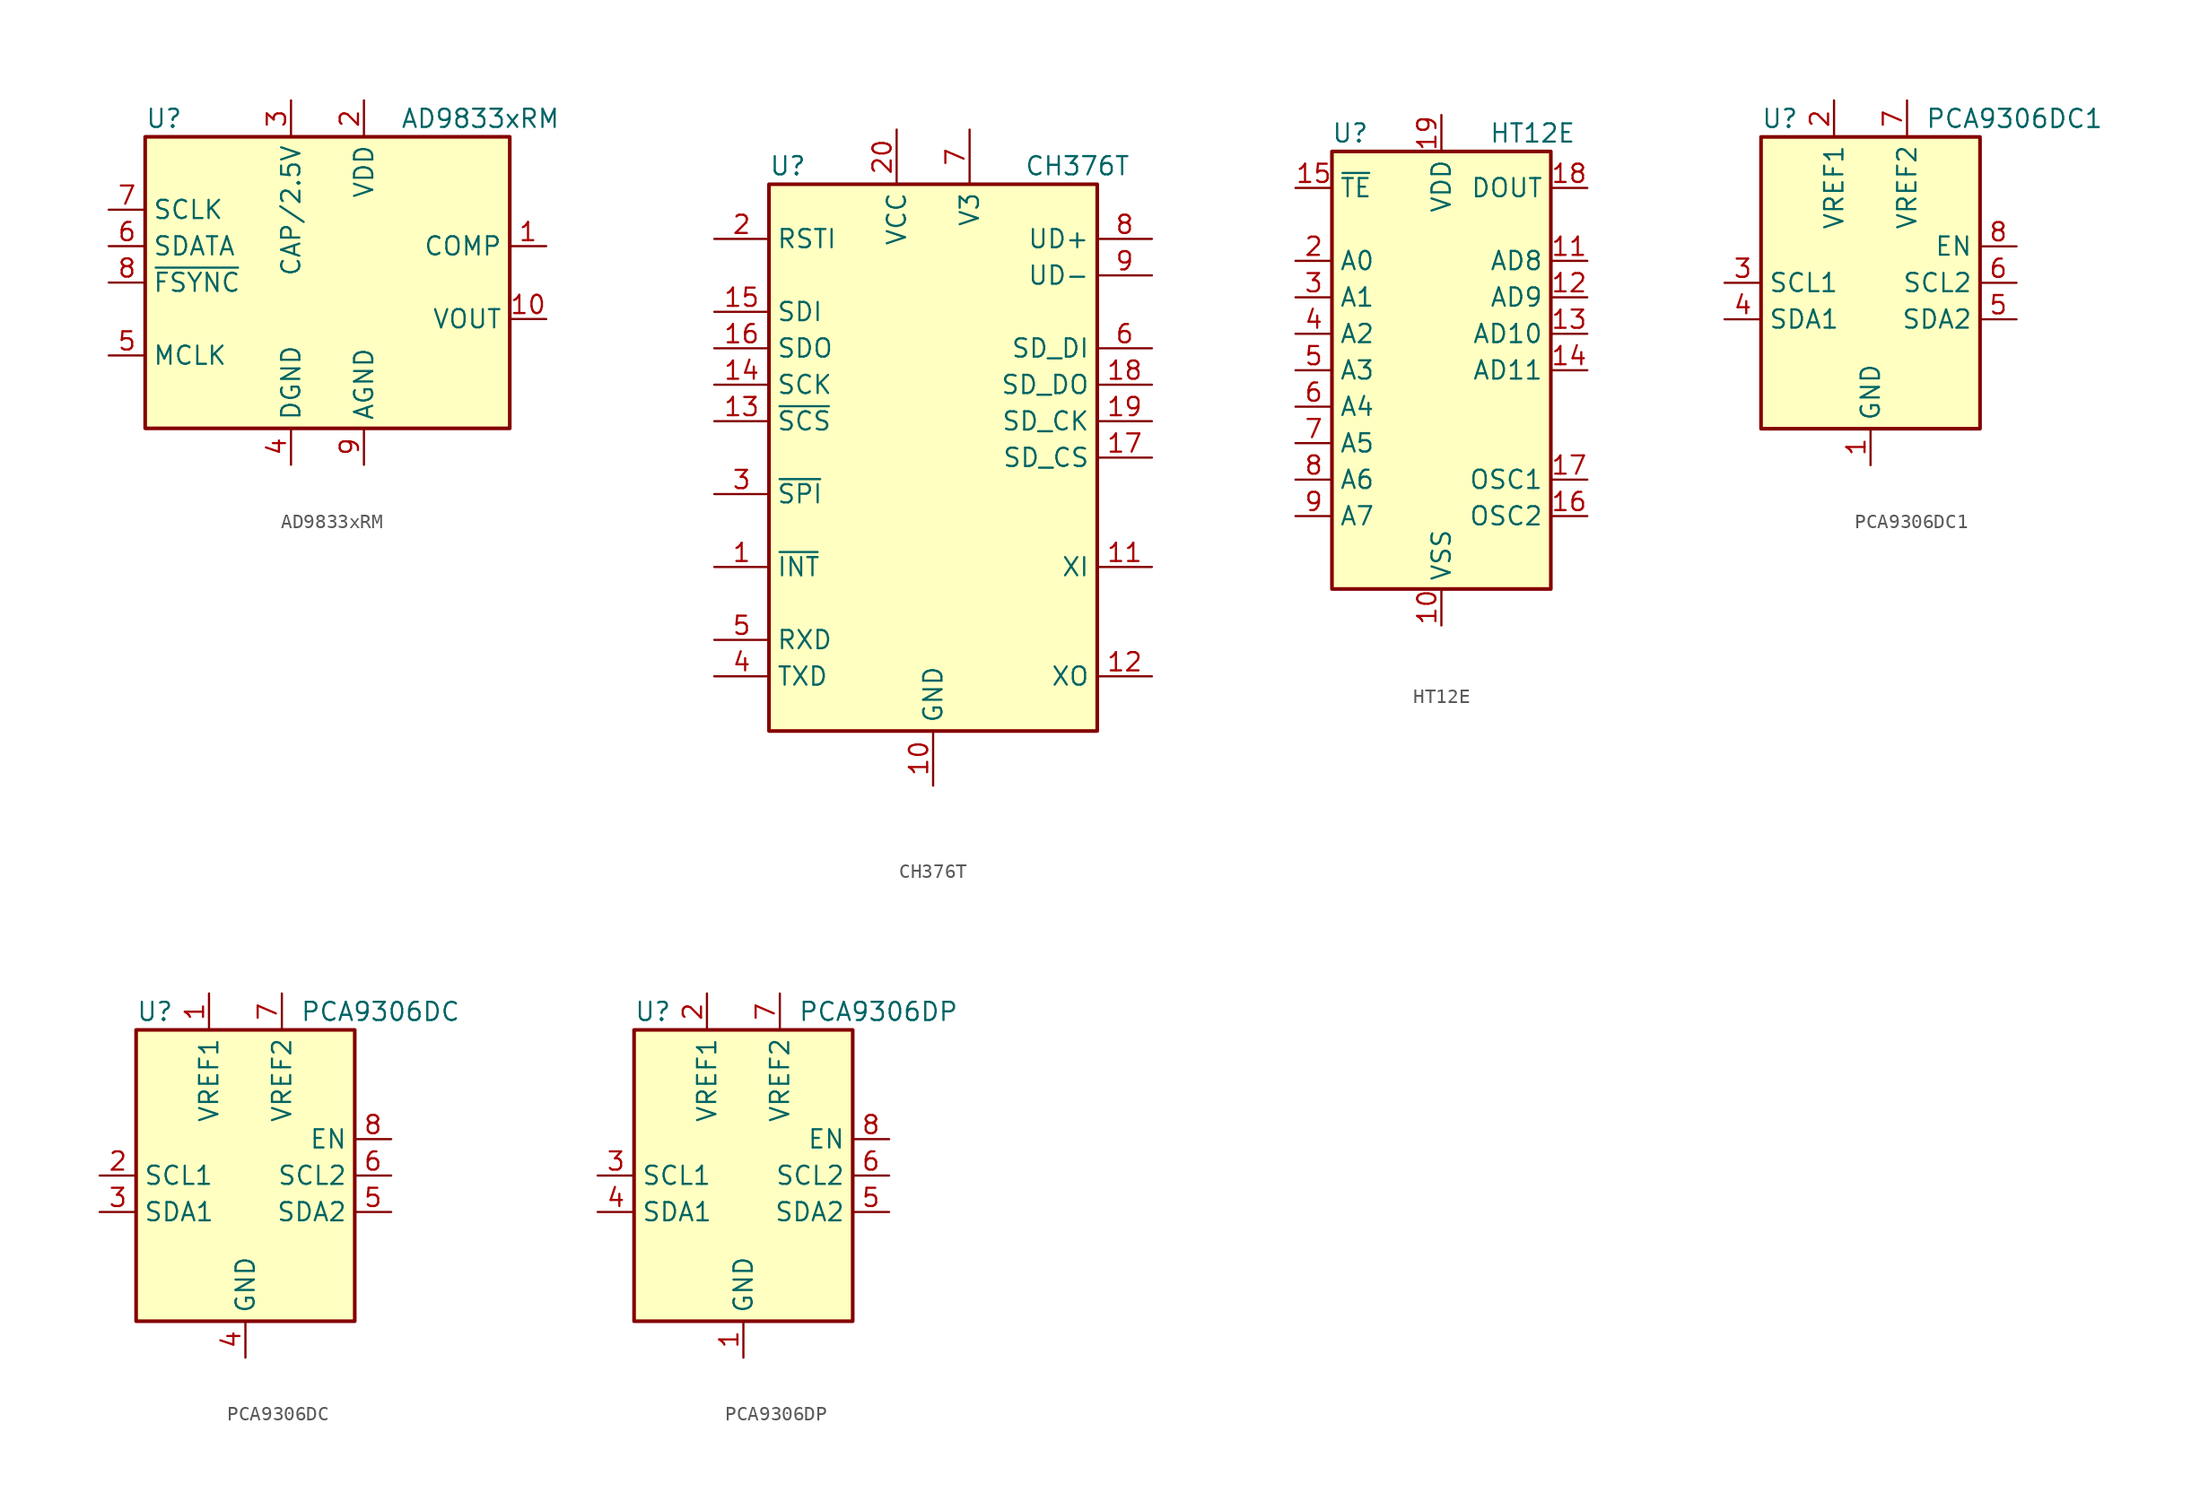
<source format=kicad_sym>
(kicad_symbol_lib
  (version 20201005)
  (generator kicad_symbol_editor)
  (symbol "AD9833xRM"
    (property "Reference" "U"
      (at -12.7 11.43 0)
      (effects (font (size 1.27 1.27)) (justify left)))
    (property "Value" "AD9833xRM"
      (at 5.08 11.43 0)
      (effects (font (size 1.27 1.27)) (justify left)))
    (symbol "AD9833xRM_0_1"
      (rectangle (start -12.7 10.16) (end 12.7 -10.16) (stroke (width 0.254)) (fill (type background))))
    (symbol "AD9833xRM_1_1"
      (pin passive line (at 15.24 2.54 180) (length 2.54) (name "COMP" (effects (font (size 1.27 1.27)))) (number "1" (effects (font (size 1.27 1.27)))))
      (pin output line (at 15.24 -2.54 180) (length 2.54) (name "VOUT" (effects (font (size 1.27 1.27)))) (number "10" (effects (font (size 1.27 1.27)))))
      (pin power_in line (at 2.54 12.7 270) (length 2.54) (name "VDD" (effects (font (size 1.27 1.27)))) (number "2" (effects (font (size 1.27 1.27)))))
      (pin power_in line (at -2.54 12.7 270) (length 2.54) (name "CAP/2.5V" (effects (font (size 1.27 1.27)))) (number "3" (effects (font (size 1.27 1.27)))))
      (pin power_in line (at -2.54 -12.7 90) (length 2.54) (name "DGND" (effects (font (size 1.27 1.27)))) (number "4" (effects (font (size 1.27 1.27)))))
      (pin input line (at -15.24 -5.08 0) (length 2.54) (name "MCLK" (effects (font (size 1.27 1.27)))) (number "5" (effects (font (size 1.27 1.27)))))
      (pin input line (at -15.24 2.54 0) (length 2.54) (name "SDATA" (effects (font (size 1.27 1.27)))) (number "6" (effects (font (size 1.27 1.27)))))
      (pin input line (at -15.24 5.08 0) (length 2.54) (name "SCLK" (effects (font (size 1.27 1.27)))) (number "7" (effects (font (size 1.27 1.27)))))
      (pin input line (at -15.24 0 0) (length 2.54) (name "~FSYNC" (effects (font (size 1.27 1.27)))) (number "8" (effects (font (size 1.27 1.27)))))
      (pin power_in line (at 2.54 -12.7 90) (length 2.54) (name "AGND" (effects (font (size 1.27 1.27)))) (number "9" (effects (font (size 1.27 1.27)))))))
  (symbol "CH376T"
    (property "Reference" "U"
      (at -11.43 20.32 0)
      (effects (font (size 1.27 1.27)) (justify left)))
    (property "Value" "CH376T"
      (at 6.35 20.32 0)
      (effects (font (size 1.27 1.27)) (justify left)))
    (symbol "CH376T_0_1"
      (rectangle (start -11.43 19.05) (end 11.43 -19.05) (stroke (width 0.254)) (fill (type background))))
    (symbol "CH376T_1_1"
      (pin output line (at -15.24 -7.62 0) (length 3.81) (name "~INT" (effects (font (size 1.27 1.27)))) (number "1" (effects (font (size 1.27 1.27)))))
      (pin power_in line (at 0 -22.86 90) (length 3.81) (name "GND" (effects (font (size 1.27 1.27)))) (number "10" (effects (font (size 1.27 1.27)))))
      (pin input line (at 15.24 -7.62 180) (length 3.81) (name "XI" (effects (font (size 1.27 1.27)))) (number "11" (effects (font (size 1.27 1.27)))))
      (pin output line (at 15.24 -15.24 180) (length 3.81) (name "XO" (effects (font (size 1.27 1.27)))) (number "12" (effects (font (size 1.27 1.27)))))
      (pin input line (at -15.24 2.54 0) (length 3.81) (name "~SCS" (effects (font (size 1.27 1.27)))) (number "13" (effects (font (size 1.27 1.27)))))
      (pin input line (at -15.24 5.08 0) (length 3.81) (name "SCK" (effects (font (size 1.27 1.27)))) (number "14" (effects (font (size 1.27 1.27)))))
      (pin input line (at -15.24 10.16 0) (length 3.81) (name "SDI" (effects (font (size 1.27 1.27)))) (number "15" (effects (font (size 1.27 1.27)))))
      (pin tri_state line (at -15.24 7.62 0) (length 3.81) (name "SDO" (effects (font (size 1.27 1.27)))) (number "16" (effects (font (size 1.27 1.27)))))
      (pin open_collector line (at 15.24 0 180) (length 3.81) (name "SD_CS" (effects (font (size 1.27 1.27)))) (number "17" (effects (font (size 1.27 1.27)))))
      (pin output line (at 15.24 5.08 180) (length 3.81) (name "SD_DO" (effects (font (size 1.27 1.27)))) (number "18" (effects (font (size 1.27 1.27)))))
      (pin output line (at 15.24 2.54 180) (length 3.81) (name "SD_CK" (effects (font (size 1.27 1.27)))) (number "19" (effects (font (size 1.27 1.27)))))
      (pin input line (at -15.24 15.24 0) (length 3.81) (name "RSTI" (effects (font (size 1.27 1.27)))) (number "2" (effects (font (size 1.27 1.27)))))
      (pin power_in line (at -2.54 22.86 270) (length 3.81) (name "VCC" (effects (font (size 1.27 1.27)))) (number "20" (effects (font (size 1.27 1.27)))))
      (pin input line (at -15.24 -2.54 0) (length 3.81) (name "~SPI" (effects (font (size 1.27 1.27)))) (number "3" (effects (font (size 1.27 1.27)))))
      (pin bidirectional line (at -15.24 -15.24 0) (length 3.81) (name "TXD" (effects (font (size 1.27 1.27)))) (number "4" (effects (font (size 1.27 1.27)))))
      (pin input line (at -15.24 -12.7 0) (length 3.81) (name "RXD" (effects (font (size 1.27 1.27)))) (number "5" (effects (font (size 1.27 1.27)))))
      (pin input line (at 15.24 7.62 180) (length 3.81) (name "SD_DI" (effects (font (size 1.27 1.27)))) (number "6" (effects (font (size 1.27 1.27)))))
      (pin passive line (at 2.54 22.86 270) (length 3.81) (name "V3" (effects (font (size 1.27 1.27)))) (number "7" (effects (font (size 1.27 1.27)))))
      (pin bidirectional line (at 15.24 15.24 180) (length 3.81) (name "UD+" (effects (font (size 1.27 1.27)))) (number "8" (effects (font (size 1.27 1.27)))))
      (pin bidirectional line (at 15.24 12.7 180) (length 3.81) (name "UD-" (effects (font (size 1.27 1.27)))) (number "9" (effects (font (size 1.27 1.27)))))))
  (symbol "HT12E"
    (property "Reference" "U"
      (at -6.35 16.51 0)
      (effects (font (size 1.27 1.27))))
    (property "Value" "HT12E"
      (at 6.35 16.51 0)
      (effects (font (size 1.27 1.27))))
    (symbol "HT12E_1_1"
      (rectangle (start -7.62 15.24) (end 7.62 -15.24) (stroke (width 0.254)) (fill (type background)))
      (pin no_connect line (at 7.62 -2.54 180) (length 2.54) hide (name "NC" (effects (font (size 1.27 1.27)))) (number "1" (effects (font (size 1.27 1.27)))))
      (pin power_in line (at 0 -17.78 90) (length 2.54) (name "VSS" (effects (font (size 1.27 1.27)))) (number "10" (effects (font (size 1.27 1.27)))))
      (pin output line (at 10.16 7.62 180) (length 2.54) (name "AD8" (effects (font (size 1.27 1.27)))) (number "11" (effects (font (size 1.27 1.27)))))
      (pin output line (at 10.16 5.08 180) (length 2.54) (name "AD9" (effects (font (size 1.27 1.27)))) (number "12" (effects (font (size 1.27 1.27)))))
      (pin output line (at 10.16 2.54 180) (length 2.54) (name "AD10" (effects (font (size 1.27 1.27)))) (number "13" (effects (font (size 1.27 1.27)))))
      (pin output line (at 10.16 0 180) (length 2.54) (name "AD11" (effects (font (size 1.27 1.27)))) (number "14" (effects (font (size 1.27 1.27)))))
      (pin input line (at -10.16 12.7 0) (length 2.54) (name "~TE" (effects (font (size 1.27 1.27)))) (number "15" (effects (font (size 1.27 1.27)))))
      (pin output line (at 10.16 -10.16 180) (length 2.54) (name "OSC2" (effects (font (size 1.27 1.27)))) (number "16" (effects (font (size 1.27 1.27)))))
      (pin input line (at 10.16 -7.62 180) (length 2.54) (name "OSC1" (effects (font (size 1.27 1.27)))) (number "17" (effects (font (size 1.27 1.27)))))
      (pin output line (at 10.16 12.7 180) (length 2.54) (name "DOUT" (effects (font (size 1.27 1.27)))) (number "18" (effects (font (size 1.27 1.27)))))
      (pin power_in line (at 0 17.78 270) (length 2.54) (name "VDD" (effects (font (size 1.27 1.27)))) (number "19" (effects (font (size 1.27 1.27)))))
      (pin input line (at -10.16 7.62 0) (length 2.54) (name "A0" (effects (font (size 1.27 1.27)))) (number "2" (effects (font (size 1.27 1.27)))))
      (pin no_connect line (at 7.62 -5.08 180) (length 2.54) hide (name "NC" (effects (font (size 1.27 1.27)))) (number "20" (effects (font (size 1.27 1.27)))))
      (pin input line (at -10.16 5.08 0) (length 2.54) (name "A1" (effects (font (size 1.27 1.27)))) (number "3" (effects (font (size 1.27 1.27)))))
      (pin input line (at -10.16 2.54 0) (length 2.54) (name "A2" (effects (font (size 1.27 1.27)))) (number "4" (effects (font (size 1.27 1.27)))))
      (pin input line (at -10.16 0 0) (length 2.54) (name "A3" (effects (font (size 1.27 1.27)))) (number "5" (effects (font (size 1.27 1.27)))))
      (pin input line (at -10.16 -2.54 0) (length 2.54) (name "A4" (effects (font (size 1.27 1.27)))) (number "6" (effects (font (size 1.27 1.27)))))
      (pin input line (at -10.16 -5.08 0) (length 2.54) (name "A5" (effects (font (size 1.27 1.27)))) (number "7" (effects (font (size 1.27 1.27)))))
      (pin input line (at -10.16 -7.62 0) (length 2.54) (name "A6" (effects (font (size 1.27 1.27)))) (number "8" (effects (font (size 1.27 1.27)))))
      (pin input line (at -10.16 -10.16 0) (length 2.54) (name "A7" (effects (font (size 1.27 1.27)))) (number "9" (effects (font (size 1.27 1.27)))))))
  (symbol "PCA9306DC1"
    (property "Reference" "U"
      (at -7.62 11.43 0)
      (effects (font (size 1.27 1.27)) (justify left)))
    (property "Value" "PCA9306DC1"
      (at 3.81 11.43 0)
      (effects (font (size 1.27 1.27)) (justify left)))
    (symbol "PCA9306DC1_0_1"
      (rectangle (start -7.62 10.16) (end 7.62 -10.16) (stroke (width 0.254)) (fill (type background))))
    (symbol "PCA9306DC1_1_1"
      (pin power_in line (at 0 -12.7 90) (length 2.54) (name "GND" (effects (font (size 1.27 1.27)))) (number "1" (effects (font (size 1.27 1.27)))))
      (pin power_in line (at -2.54 12.7 270) (length 2.54) (name "VREF1" (effects (font (size 1.27 1.27)))) (number "2" (effects (font (size 1.27 1.27)))))
      (pin bidirectional line (at -10.16 0 0) (length 2.54) (name "SCL1" (effects (font (size 1.27 1.27)))) (number "3" (effects (font (size 1.27 1.27)))))
      (pin bidirectional line (at -10.16 -2.54 0) (length 2.54) (name "SDA1" (effects (font (size 1.27 1.27)))) (number "4" (effects (font (size 1.27 1.27)))))
      (pin bidirectional line (at 10.16 -2.54 180) (length 2.54) (name "SDA2" (effects (font (size 1.27 1.27)))) (number "5" (effects (font (size 1.27 1.27)))))
      (pin bidirectional line (at 10.16 0 180) (length 2.54) (name "SCL2" (effects (font (size 1.27 1.27)))) (number "6" (effects (font (size 1.27 1.27)))))
      (pin power_in line (at 2.54 12.7 270) (length 2.54) (name "VREF2" (effects (font (size 1.27 1.27)))) (number "7" (effects (font (size 1.27 1.27)))))
      (pin input line (at 10.16 2.54 180) (length 2.54) (name "EN" (effects (font (size 1.27 1.27)))) (number "8" (effects (font (size 1.27 1.27)))))))
  (symbol "PCA9306DC"
    (property "Reference" "U"
      (at -7.62 11.43 0)
      (effects (font (size 1.27 1.27)) (justify left)))
    (property "Value" "PCA9306DC"
      (at 3.81 11.43 0)
      (effects (font (size 1.27 1.27)) (justify left)))
    (symbol "PCA9306DC_0_1"
      (rectangle (start -7.62 10.16) (end 7.62 -10.16) (stroke (width 0.254)) (fill (type background))))
    (symbol "PCA9306DC_1_1"
      (pin power_in line (at -2.54 12.7 270) (length 2.54) (name "VREF1" (effects (font (size 1.27 1.27)))) (number "1" (effects (font (size 1.27 1.27)))))
      (pin bidirectional line (at -10.16 0 0) (length 2.54) (name "SCL1" (effects (font (size 1.27 1.27)))) (number "2" (effects (font (size 1.27 1.27)))))
      (pin bidirectional line (at -10.16 -2.54 0) (length 2.54) (name "SDA1" (effects (font (size 1.27 1.27)))) (number "3" (effects (font (size 1.27 1.27)))))
      (pin power_in line (at 0 -12.7 90) (length 2.54) (name "GND" (effects (font (size 1.27 1.27)))) (number "4" (effects (font (size 1.27 1.27)))))
      (pin bidirectional line (at 10.16 -2.54 180) (length 2.54) (name "SDA2" (effects (font (size 1.27 1.27)))) (number "5" (effects (font (size 1.27 1.27)))))
      (pin bidirectional line (at 10.16 0 180) (length 2.54) (name "SCL2" (effects (font (size 1.27 1.27)))) (number "6" (effects (font (size 1.27 1.27)))))
      (pin power_in line (at 2.54 12.7 270) (length 2.54) (name "VREF2" (effects (font (size 1.27 1.27)))) (number "7" (effects (font (size 1.27 1.27)))))
      (pin input line (at 10.16 2.54 180) (length 2.54) (name "EN" (effects (font (size 1.27 1.27)))) (number "8" (effects (font (size 1.27 1.27)))))))
  (symbol "PCA9306DP"
    (property "Reference" "U"
      (at -7.62 11.43 0)
      (effects (font (size 1.27 1.27)) (justify left)))
    (property "Value" "PCA9306DP"
      (at 3.81 11.43 0)
      (effects (font (size 1.27 1.27)) (justify left)))
    (symbol "PCA9306DP_0_1"
      (rectangle (start -7.62 10.16) (end 7.62 -10.16) (stroke (width 0.254)) (fill (type background))))
    (symbol "PCA9306DP_1_1"
      (pin power_in line (at 0 -12.7 90) (length 2.54) (name "GND" (effects (font (size 1.27 1.27)))) (number "1" (effects (font (size 1.27 1.27)))))
      (pin power_in line (at -2.54 12.7 270) (length 2.54) (name "VREF1" (effects (font (size 1.27 1.27)))) (number "2" (effects (font (size 1.27 1.27)))))
      (pin bidirectional line (at -10.16 0 0) (length 2.54) (name "SCL1" (effects (font (size 1.27 1.27)))) (number "3" (effects (font (size 1.27 1.27)))))
      (pin bidirectional line (at -10.16 -2.54 0) (length 2.54) (name "SDA1" (effects (font (size 1.27 1.27)))) (number "4" (effects (font (size 1.27 1.27)))))
      (pin bidirectional line (at 10.16 -2.54 180) (length 2.54) (name "SDA2" (effects (font (size 1.27 1.27)))) (number "5" (effects (font (size 1.27 1.27)))))
      (pin bidirectional line (at 10.16 0 180) (length 2.54) (name "SCL2" (effects (font (size 1.27 1.27)))) (number "6" (effects (font (size 1.27 1.27)))))
      (pin power_in line (at 2.54 12.7 270) (length 2.54) (name "VREF2" (effects (font (size 1.27 1.27)))) (number "7" (effects (font (size 1.27 1.27)))))
      (pin input line (at 10.16 2.54 180) (length 2.54) (name "EN" (effects (font (size 1.27 1.27)))) (number "8" (effects (font (size 1.27 1.27))))))))
</source>
